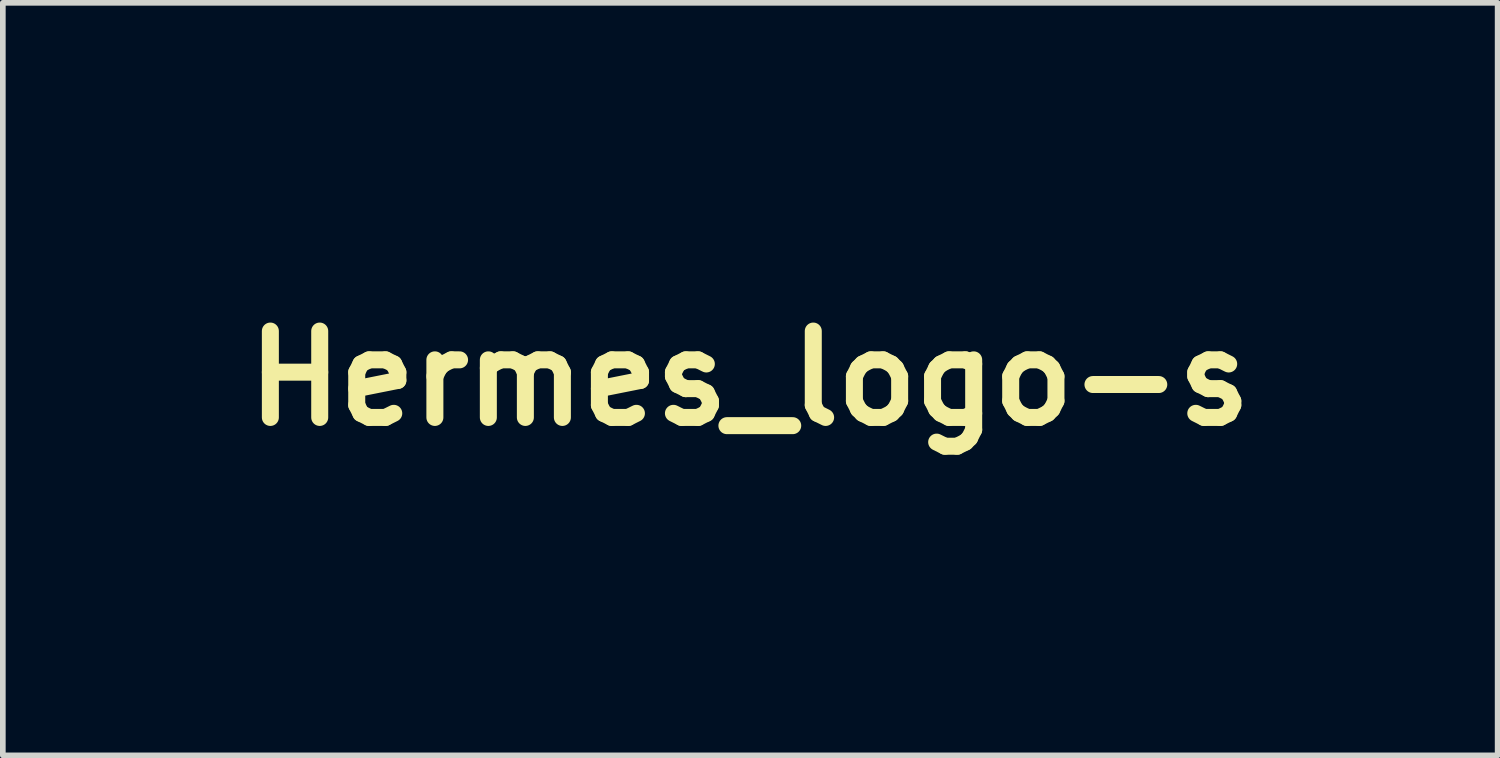
<source format=kicad_pcb>
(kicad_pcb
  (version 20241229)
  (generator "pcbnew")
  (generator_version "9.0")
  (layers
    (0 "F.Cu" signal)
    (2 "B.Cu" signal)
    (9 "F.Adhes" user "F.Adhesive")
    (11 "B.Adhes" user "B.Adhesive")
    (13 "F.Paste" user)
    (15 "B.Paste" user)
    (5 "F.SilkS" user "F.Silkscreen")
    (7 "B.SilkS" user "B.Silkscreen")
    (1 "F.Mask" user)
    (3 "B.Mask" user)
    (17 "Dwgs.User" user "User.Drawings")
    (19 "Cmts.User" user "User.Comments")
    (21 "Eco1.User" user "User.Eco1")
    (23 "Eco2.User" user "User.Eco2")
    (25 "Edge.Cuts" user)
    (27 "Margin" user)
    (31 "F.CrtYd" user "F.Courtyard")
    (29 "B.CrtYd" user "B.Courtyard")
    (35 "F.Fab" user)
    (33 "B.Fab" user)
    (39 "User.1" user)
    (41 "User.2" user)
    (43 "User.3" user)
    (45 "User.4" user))
  (footprint "Hermes_logo-s"
    (layer "F.Cu")
    (at 10.175 3.626)
    (property "Reference" "Hermes_logo-s" (at 0 0 0) (layer "F.SilkS") (effects (font (size 1.524 1.524) (thickness 0.3))))
    (attr through_hole)
    (fp_poly (pts (xy 10.195 2.084) (xy -10.17 2.084) (xy -10.17 1.86) (xy 10.195 1.86) (xy 10.195 2.084)) (stroke (width 0.01) (type solid)) (fill yes) (layer "F.Mask"))
    (fp_poly (pts (xy -0.922 2.549) (xy -0.93 2.617) (xy -1.488 2.631) (xy -1.488 2.952) (xy -0.943 2.952) (xy -0.943 3.101) (xy -1.488 3.101) (xy -1.488 3.522) (xy -0.918 3.522) (xy -0.918 3.646) (xy -1.662 3.646) (xy -1.662 2.48) (xy -0.914 2.48) (xy -0.922 2.549)) (stroke (width 0.01) (type solid)) (fill yes) (layer "F.Mask"))
    (fp_poly (pts (xy 1.11 2.831) (xy 1.134 2.849) (xy 1.141 2.898) (xy 1.141 2.927) (xy 1.138 2.99) (xy 1.122 3.019) (xy 1.08 3.026) (xy 1.054 3.026) (xy 0.999 3.023) (xy 0.974 3.005) (xy 0.968 2.956) (xy 0.967 2.927) (xy 0.97 2.863) (xy 0.986 2.835) (xy 1.029 2.828) (xy 1.054 2.828) (xy 1.11 2.831)) (stroke (width 0.01) (type solid)) (fill yes) (layer "F.Mask"))
    (fp_poly (pts (xy 1.11 3.451) (xy 1.134 3.469) (xy 1.141 3.518) (xy 1.141 3.547) (xy 1.138 3.611) (xy 1.122 3.639) (xy 1.08 3.646) (xy 1.054 3.646) (xy 0.999 3.643) (xy 0.974 3.625) (xy 0.968 3.576) (xy 0.967 3.547) (xy 0.97 3.484) (xy 0.986 3.455) (xy 1.029 3.448) (xy 1.054 3.448) (xy 1.11 3.451)) (stroke (width 0.01) (type solid)) (fill yes) (layer "F.Mask"))
    (fp_poly (pts (xy -8.165 -3.148) (xy -8.124 -3.121) (xy -8.084 -3.084) (xy -8.066 -3.044) (xy -8.064 -2.983) (xy -8.067 -2.942) (xy -8.078 -2.867) (xy -8.1 -2.76) (xy -8.129 -2.635) (xy -8.16 -2.511) (xy -8.194 -2.386) (xy -8.22 -2.301) (xy -8.24 -2.248) (xy -8.259 -2.221) (xy -8.282 -2.21) (xy -8.308 -2.208) (xy -8.335 -2.209) (xy -8.355 -2.219) (xy -8.373 -2.244) (xy -8.39 -2.292) (xy -8.411 -2.37) (xy -8.438 -2.485) (xy -8.455 -2.561) (xy -8.483 -2.692) (xy -8.507 -2.809) (xy -8.524 -2.902) (xy -8.533 -2.961) (xy -8.533 -2.972) (xy -8.516 -3.026) (xy -8.474 -3.088) (xy -8.46 -3.102) (xy -8.37 -3.161) (xy -8.267 -3.176) (xy -8.165 -3.148)) (stroke (width 0.01) (type solid)) (fill yes) (layer "F.Mask"))
    (fp_poly (pts (xy 2.456 3.522) (xy 2.58 3.522) (xy 2.653 3.524) (xy 2.69 3.535) (xy 2.703 3.559) (xy 2.704 3.584) (xy 2.704 3.646) (xy 2.034 3.646) (xy 2.034 3.584) (xy 2.038 3.547) (xy 2.059 3.529) (xy 2.108 3.523) (xy 2.158 3.522) (xy 2.282 3.522) (xy 2.282 3.074) (xy 2.282 2.915) (xy 2.28 2.799) (xy 2.277 2.719) (xy 2.272 2.67) (xy 2.263 2.645) (xy 2.251 2.637) (xy 2.239 2.639) (xy 2.186 2.651) (xy 2.113 2.666) (xy 2.102 2.668) (xy 2.042 2.676) (xy 2.016 2.666) (xy 2.009 2.628) (xy 2.009 2.611) (xy 2.013 2.568) (xy 2.031 2.543) (xy 2.075 2.525) (xy 2.15 2.509) (xy 2.244 2.493) (xy 2.333 2.482) (xy 2.373 2.48) (xy 2.456 2.48) (xy 2.456 3.522)) (stroke (width 0.01) (type solid)) (fill yes) (layer "F.Mask"))
    (fp_poly (pts (xy -0.447 2.965) (xy -0.393 3.109) (xy -0.345 3.235) (xy -0.305 3.337) (xy -0.276 3.408) (xy -0.261 3.441) (xy -0.259 3.443) (xy -0.249 3.418) (xy -0.224 3.354) (xy -0.187 3.258) (xy -0.141 3.136) (xy -0.088 2.996) (xy -0.073 2.958) (xy 0.105 2.48) (xy 0.189 2.48) (xy 0.245 2.482) (xy 0.272 2.486) (xy 0.272 2.487) (xy 0.264 2.511) (xy 0.24 2.574) (xy 0.203 2.672) (xy 0.155 2.797) (xy 0.099 2.942) (xy 0.053 3.063) (xy -0.166 3.634) (xy -0.254 3.641) (xy -0.316 3.641) (xy -0.353 3.631) (xy -0.355 3.629) (xy -0.367 3.601) (xy -0.394 3.533) (xy -0.433 3.433) (xy -0.482 3.307) (xy -0.538 3.162) (xy -0.566 3.088) (xy -0.625 2.935) (xy -0.678 2.796) (xy -0.723 2.678) (xy -0.757 2.588) (xy -0.778 2.535) (xy -0.782 2.524) (xy -0.786 2.494) (xy -0.758 2.482) (xy -0.714 2.48) (xy -0.628 2.48) (xy -0.447 2.965)) (stroke (width 0.01) (type solid)) (fill yes) (layer "F.Mask"))
    (fp_poly (pts (xy -2.536 2.481) (xy -2.364 2.489) (xy -2.234 2.512) (xy -2.139 2.553) (xy -2.074 2.615) (xy -2.043 2.67) (xy -2.015 2.79) (xy -2.028 2.905) (xy -2.079 3.004) (xy -2.113 3.039) (xy -2.19 3.103) (xy -2.127 3.17) (xy -2.087 3.223) (xy -2.036 3.306) (xy -1.981 3.404) (xy -1.962 3.442) (xy -1.86 3.646) (xy -1.947 3.646) (xy -1.99 3.644) (xy -2.022 3.631) (xy -2.052 3.598) (xy -2.087 3.538) (xy -2.13 3.454) (xy -2.194 3.334) (xy -2.25 3.252) (xy -2.305 3.2) (xy -2.369 3.171) (xy -2.45 3.157) (xy -2.468 3.155) (xy -2.604 3.144) (xy -2.604 3.646) (xy -2.778 3.646) (xy -2.778 3.032) (xy -2.604 3.032) (xy -2.44 3.021) (xy -2.344 3.012) (xy -2.283 2.996) (xy -2.243 2.969) (xy -2.229 2.954) (xy -2.188 2.866) (xy -2.194 2.766) (xy -2.211 2.719) (xy -2.235 2.677) (xy -2.269 2.649) (xy -2.325 2.631) (xy -2.414 2.618) (xy -2.46 2.613) (xy -2.604 2.597) (xy -2.604 3.032) (xy -2.778 3.032) (xy -2.778 2.48) (xy -2.536 2.481)) (stroke (width 0.01) (type solid)) (fill yes) (layer "F.Mask"))
    (fp_poly (pts (xy 4.882 -3.621) (xy 4.932 -3.612) (xy 4.956 -3.587) (xy 4.959 -3.537) (xy 4.946 -3.451) (xy 4.934 -3.385) (xy 4.883 -3.203) (xy 4.807 -3.063) (xy 4.704 -2.965) (xy 4.576 -2.909) (xy 4.452 -2.895) (xy 4.347 -2.905) (xy 4.249 -2.939) (xy 4.149 -3.002) (xy 4.034 -3.1) (xy 4.018 -3.115) (xy 3.916 -3.206) (xy 3.835 -3.26) (xy 3.768 -3.281) (xy 3.708 -3.272) (xy 3.694 -3.266) (xy 3.644 -3.217) (xy 3.604 -3.133) (xy 3.579 -3.026) (xy 3.574 -2.958) (xy 3.572 -2.877) (xy 3.243 -2.877) (xy 3.255 -3.036) (xy 3.287 -3.216) (xy 3.349 -3.369) (xy 3.437 -3.489) (xy 3.548 -3.573) (xy 3.678 -3.614) (xy 3.694 -3.616) (xy 3.798 -3.617) (xy 3.892 -3.597) (xy 3.987 -3.551) (xy 4.093 -3.474) (xy 4.181 -3.397) (xy 4.288 -3.305) (xy 4.369 -3.25) (xy 4.433 -3.227) (xy 4.487 -3.235) (xy 4.537 -3.272) (xy 4.539 -3.274) (xy 4.567 -3.307) (xy 4.588 -3.347) (xy 4.604 -3.406) (xy 4.621 -3.499) (xy 4.626 -3.528) (xy 4.641 -3.621) (xy 4.801 -3.621) (xy 4.882 -3.621)) (stroke (width 0.01) (type solid)) (fill yes) (layer "F.Mask"))
    (fp_poly (pts (xy 4.467 -2.459) (xy 4.684 -2.408) (xy 4.87 -2.319) (xy 5.023 -2.193) (xy 5.144 -2.028) (xy 5.234 -1.826) (xy 5.285 -1.628) (xy 5.289 -1.582) (xy 5.293 -1.491) (xy 5.297 -1.359) (xy 5.3 -1.192) (xy 5.303 -0.993) (xy 5.305 -0.767) (xy 5.307 -0.52) (xy 5.308 -0.254) (xy 5.308 0.024) (xy 5.308 0.053) (xy 5.308 1.612) (xy 4.837 1.612) (xy 4.837 0.132) (xy 4.836 -0.228) (xy 4.835 -0.547) (xy 4.833 -0.822) (xy 4.829 -1.054) (xy 4.825 -1.241) (xy 4.82 -1.381) (xy 4.814 -1.473) (xy 4.81 -1.504) (xy 4.758 -1.689) (xy 4.676 -1.837) (xy 4.563 -1.945) (xy 4.42 -2.015) (xy 4.247 -2.044) (xy 4.207 -2.045) (xy 3.997 -2.028) (xy 3.818 -1.974) (xy 3.668 -1.88) (xy 3.545 -1.747) (xy 3.473 -1.626) (xy 3.386 -1.456) (xy 3.379 -0.48) (xy 3.371 0.496) (xy 2.877 0.496) (xy 2.877 -2.408) (xy 3.119 -2.401) (xy 3.361 -2.394) (xy 3.368 -2.192) (xy 3.375 -1.99) (xy 3.515 -2.137) (xy 3.691 -2.287) (xy 3.889 -2.394) (xy 4.105 -2.455) (xy 4.337 -2.47) (xy 4.467 -2.459)) (stroke (width 0.01) (type solid)) (fill yes) (layer "F.Mask"))
    (fp_poly (pts (xy -2.409 -2.036) (xy -2.334 -2.021) (xy -2.114 -1.944) (xy -1.92 -1.827) (xy -1.753 -1.671) (xy -1.618 -1.479) (xy -1.515 -1.255) (xy -1.473 -1.117) (xy -1.45 -0.974) (xy -1.44 -0.806) (xy -1.444 -0.627) (xy -1.461 -0.456) (xy -1.491 -0.307) (xy -1.512 -0.24) (xy -1.625 -0.01) (xy -1.77 0.183) (xy -1.947 0.338) (xy -2.154 0.454) (xy -2.39 0.53) (xy -2.609 0.563) (xy -2.853 0.562) (xy -3.073 0.521) (xy -3.268 0.441) (xy -3.433 0.322) (xy -3.434 0.322) (xy -3.547 0.217) (xy -3.547 1.662) (xy -3.994 1.662) (xy -3.993 0.614) (xy -3.993 0.246) (xy -3.99 -0.075) (xy -3.984 -0.355) (xy -3.975 -0.597) (xy -3.965 -0.746) (xy -3.47 -0.746) (xy -3.459 -0.528) (xy -3.423 -0.318) (xy -3.364 -0.127) (xy -3.28 0.035) (xy -3.232 0.098) (xy -3.106 0.209) (xy -2.953 0.284) (xy -2.781 0.322) (xy -2.601 0.32) (xy -2.475 0.293) (xy -2.339 0.227) (xy -2.22 0.121) (xy -2.119 -0.021) (xy -2.038 -0.19) (xy -1.98 -0.382) (xy -1.946 -0.589) (xy -1.937 -0.805) (xy -1.957 -1.025) (xy -2.007 -1.24) (xy -2.008 -1.245) (xy -2.087 -1.428) (xy -2.194 -1.576) (xy -2.324 -1.688) (xy -2.47 -1.763) (xy -2.626 -1.8) (xy -2.787 -1.798) (xy -2.947 -1.754) (xy -3.098 -1.669) (xy -3.236 -1.541) (xy -3.268 -1.501) (xy -3.356 -1.35) (xy -3.419 -1.167) (xy -3.457 -0.962) (xy -3.47 -0.746) (xy -3.965 -0.746) (xy -3.961 -0.805) (xy -3.943 -0.982) (xy -3.919 -1.132) (xy -3.889 -1.26) (xy -3.852 -1.37) (xy -3.808 -1.464) (xy -3.755 -1.547) (xy -3.694 -1.622) (xy -3.623 -1.694) (xy -3.584 -1.731) (xy -3.385 -1.875) (xy -3.162 -1.979) (xy -2.921 -2.042) (xy -2.668 -2.061) (xy -2.409 -2.036)) (stroke (width 0.01) (type solid)) (fill yes) (layer "F.Mask"))
    (fp_poly (pts (xy -0.173 -1.126) (xy -0.173 -0.855) (xy -0.17 -0.622) (xy -0.166 -0.429) (xy -0.161 -0.278) (xy -0.155 -0.172) (xy -0.147 -0.114) (xy -0.146 -0.112) (xy -0.086 0.028) (xy 0.006 0.134) (xy 0.127 0.205) (xy 0.272 0.243) (xy 0.438 0.245) (xy 0.62 0.214) (xy 0.815 0.147) (xy 1.019 0.046) (xy 1.221 -0.084) (xy 1.363 -0.186) (xy 1.361 -0.856) (xy 1.359 -1.037) (xy 1.357 -1.205) (xy 1.354 -1.352) (xy 1.351 -1.472) (xy 1.347 -1.556) (xy 1.343 -1.597) (xy 1.31 -1.673) (xy 1.245 -1.726) (xy 1.143 -1.761) (xy 1.009 -1.779) (xy 0.819 -1.793) (xy 0.819 -2.009) (xy 0.976 -2.009) (xy 1.062 -2.01) (xy 1.182 -2.014) (xy 1.321 -2.019) (xy 1.462 -2.025) (xy 1.471 -2.025) (xy 1.809 -2.042) (xy 1.816 -0.932) (xy 1.823 0.178) (xy 1.882 0.225) (xy 1.949 0.26) (xy 2.021 0.273) (xy 2.107 0.278) (xy 2.18 0.288) (xy 2.23 0.303) (xy 2.252 0.333) (xy 2.257 0.392) (xy 2.257 0.401) (xy 2.25 0.468) (xy 2.231 0.505) (xy 2.226 0.507) (xy 2.192 0.512) (xy 2.117 0.517) (xy 2.011 0.523) (xy 1.883 0.53) (xy 1.792 0.533) (xy 1.389 0.55) (xy 1.389 0.073) (xy 1.197 0.207) (xy 0.992 0.341) (xy 0.809 0.438) (xy 0.636 0.505) (xy 0.465 0.543) (xy 0.285 0.556) (xy 0.26 0.557) (xy 0.137 0.554) (xy 0.048 0.544) (xy -0.023 0.524) (xy -0.068 0.504) (xy -0.174 0.451) (xy -0.174 1.662) (xy -0.62 1.662) (xy -0.623 0.056) (xy -0.623 -0.223) (xy -0.624 -0.489) (xy -0.626 -0.737) (xy -0.628 -0.962) (xy -0.63 -1.161) (xy -0.632 -1.329) (xy -0.635 -1.462) (xy -0.638 -1.555) (xy -0.641 -1.604) (xy -0.642 -1.61) (xy -0.68 -1.682) (xy -0.752 -1.733) (xy -0.863 -1.765) (xy -0.975 -1.779) (xy -1.166 -1.793) (xy -1.166 -2.009) (xy -1.009 -2.009) (xy -0.923 -2.01) (xy -0.802 -2.014) (xy -0.664 -2.019) (xy -0.522 -2.025) (xy -0.512 -2.025) (xy -0.174 -2.042) (xy -0.173 -1.126)) (stroke (width 0.01) (type solid)) (fill yes) (layer "F.Mask"))
    (fp_poly (pts (xy 7.493 -2.038) (xy 7.713 -1.981) (xy 7.911 -1.89) (xy 8.024 -1.812) (xy 8.139 -1.701) (xy 8.217 -1.583) (xy 8.257 -1.466) (xy 8.256 -1.356) (xy 8.211 -1.259) (xy 8.209 -1.256) (xy 8.161 -1.211) (xy 8.099 -1.193) (xy 8.053 -1.191) (xy 7.968 -1.199) (xy 7.9 -1.23) (xy 7.838 -1.29) (xy 7.773 -1.387) (xy 7.751 -1.426) (xy 7.641 -1.588) (xy 7.517 -1.705) (xy 7.376 -1.777) (xy 7.213 -1.807) (xy 7.11 -1.806) (xy 6.947 -1.777) (xy 6.806 -1.708) (xy 6.682 -1.595) (xy 6.609 -1.499) (xy 6.516 -1.34) (xy 6.455 -1.181) (xy 6.422 -1.007) (xy 6.412 -0.806) (xy 6.413 -0.688) (xy 6.419 -0.606) (xy 6.431 -0.545) (xy 6.453 -0.491) (xy 6.479 -0.445) (xy 6.537 -0.365) (xy 6.62 -0.289) (xy 6.732 -0.212) (xy 6.877 -0.132) (xy 7.061 -0.047) (xy 7.288 0.048) (xy 7.293 0.05) (xy 7.521 0.146) (xy 7.703 0.237) (xy 7.845 0.327) (xy 7.95 0.42) (xy 8.022 0.519) (xy 8.066 0.628) (xy 8.084 0.751) (xy 8.086 0.799) (xy 8.063 0.986) (xy 7.994 1.162) (xy 7.884 1.322) (xy 7.737 1.462) (xy 7.557 1.577) (xy 7.347 1.664) (xy 7.322 1.671) (xy 7.195 1.698) (xy 7.039 1.716) (xy 6.873 1.724) (xy 6.717 1.721) (xy 6.617 1.711) (xy 6.452 1.673) (xy 6.312 1.615) (xy 6.203 1.543) (xy 6.131 1.46) (xy 6.102 1.371) (xy 6.102 1.361) (xy 6.118 1.264) (xy 6.168 1.198) (xy 6.225 1.166) (xy 6.324 1.146) (xy 6.425 1.17) (xy 6.532 1.239) (xy 6.574 1.276) (xy 6.676 1.356) (xy 6.776 1.407) (xy 6.798 1.414) (xy 6.937 1.432) (xy 7.085 1.418) (xy 7.233 1.376) (xy 7.367 1.312) (xy 7.477 1.229) (xy 7.55 1.132) (xy 7.552 1.128) (xy 7.586 1.012) (xy 7.591 0.886) (xy 7.566 0.772) (xy 7.555 0.749) (xy 7.523 0.698) (xy 7.476 0.65) (xy 7.408 0.602) (xy 7.313 0.548) (xy 7.183 0.485) (xy 7.075 0.435) (xy 6.832 0.325) (xy 6.63 0.229) (xy 6.465 0.144) (xy 6.331 0.068) (xy 6.225 -0.004) (xy 6.141 -0.075) (xy 6.074 -0.147) (xy 6.02 -0.225) (xy 5.973 -0.312) (xy 5.961 -0.338) (xy 5.901 -0.526) (xy 5.882 -0.73) (xy 5.901 -0.941) (xy 5.956 -1.152) (xy 6.042 -1.356) (xy 6.158 -1.545) (xy 6.3 -1.711) (xy 6.466 -1.847) (xy 6.572 -1.909) (xy 6.79 -1.996) (xy 7.023 -2.046) (xy 7.26 -2.06) (xy 7.493 -2.038)) (stroke (width 0.01) (type solid)) (fill yes) (layer "F.Mask"))
    (fp_poly (pts (xy -4.753 -2.66) (xy -4.702 -2.517) (xy -4.658 -2.39) (xy -4.623 -2.286) (xy -4.599 -2.213) (xy -4.589 -2.179) (xy -4.588 -2.177) (xy -4.609 -2.158) (xy -4.658 -2.131) (xy -4.717 -2.105) (xy -4.769 -2.087) (xy -4.787 -2.084) (xy -4.805 -2.104) (xy -4.839 -2.159) (xy -4.881 -2.238) (xy -4.896 -2.268) (xy -5.011 -2.452) (xy -5.157 -2.605) (xy -5.327 -2.719) (xy -5.346 -2.729) (xy -5.416 -2.758) (xy -5.497 -2.78) (xy -5.596 -2.798) (xy -5.719 -2.811) (xy -5.871 -2.819) (xy -6.06 -2.825) (xy -6.29 -2.827) (xy -6.356 -2.827) (xy -6.921 -2.828) (xy -6.921 -1.513) (xy -6.593 -1.513) (xy -6.453 -1.514) (xy -6.351 -1.518) (xy -6.277 -1.526) (xy -6.22 -1.54) (xy -6.168 -1.561) (xy -6.159 -1.565) (xy -6.052 -1.642) (xy -5.975 -1.754) (xy -5.928 -1.904) (xy -5.915 -1.991) (xy -5.898 -2.158) (xy -5.655 -2.158) (xy -5.655 -0.571) (xy -5.896 -0.571) (xy -5.912 -0.757) (xy -5.931 -0.898) (xy -5.962 -1.003) (xy -6.011 -1.085) (xy -6.056 -1.133) (xy -6.108 -1.174) (xy -6.167 -1.204) (xy -6.242 -1.223) (xy -6.343 -1.234) (xy -6.479 -1.239) (xy -6.587 -1.24) (xy -6.921 -1.24) (xy -6.92 -0.577) (xy -6.919 -0.355) (xy -6.917 -0.179) (xy -6.913 -0.044) (xy -6.906 0.053) (xy -6.898 0.116) (xy -6.888 0.149) (xy -6.857 0.211) (xy -6.331 0.218) (xy -6.097 0.218) (xy -5.905 0.214) (xy -5.746 0.203) (xy -5.614 0.184) (xy -5.499 0.157) (xy -5.395 0.121) (xy -5.315 0.085) (xy -5.159 -0.013) (xy -5.005 -0.149) (xy -4.864 -0.313) (xy -4.746 -0.492) (xy -4.679 -0.628) (xy -4.642 -0.717) (xy -4.529 -0.679) (xy -4.462 -0.651) (xy -4.421 -0.623) (xy -4.415 -0.612) (xy -4.423 -0.581) (xy -4.445 -0.511) (xy -4.48 -0.407) (xy -4.524 -0.278) (xy -4.576 -0.131) (xy -4.607 -0.043) (xy -4.799 0.496) (xy -7.863 0.496) (xy -7.863 0.4) (xy -7.859 0.336) (xy -7.839 0.305) (xy -7.791 0.289) (xy -7.786 0.288) (xy -7.702 0.277) (xy -7.623 0.273) (xy -7.532 0.255) (xy -7.466 0.199) (xy -7.423 0.102) (xy -7.405 -0.003) (xy -7.402 -0.058) (xy -7.399 -0.158) (xy -7.397 -0.296) (xy -7.396 -0.469) (xy -7.395 -0.669) (xy -7.394 -0.892) (xy -7.395 -1.132) (xy -7.396 -1.384) (xy -7.396 -1.459) (xy -7.404 -2.758) (xy -7.474 -2.817) (xy -7.539 -2.859) (xy -7.62 -2.876) (xy -7.664 -2.877) (xy -7.763 -2.881) (xy -7.823 -2.895) (xy -7.853 -2.927) (xy -7.862 -2.984) (xy -7.863 -3.016) (xy -7.863 -3.125) (xy -4.918 -3.125) (xy -4.753 -2.66)) (stroke (width 0.01) (type solid)) (fill yes) (layer "F.Mask")))
  (gr_rect
    (start -3 -3)
    (end 23.375 10.278)
    (stroke (width 0.1) (type default))
    (fill no)
    (layer "Edge.Cuts")))
</source>
